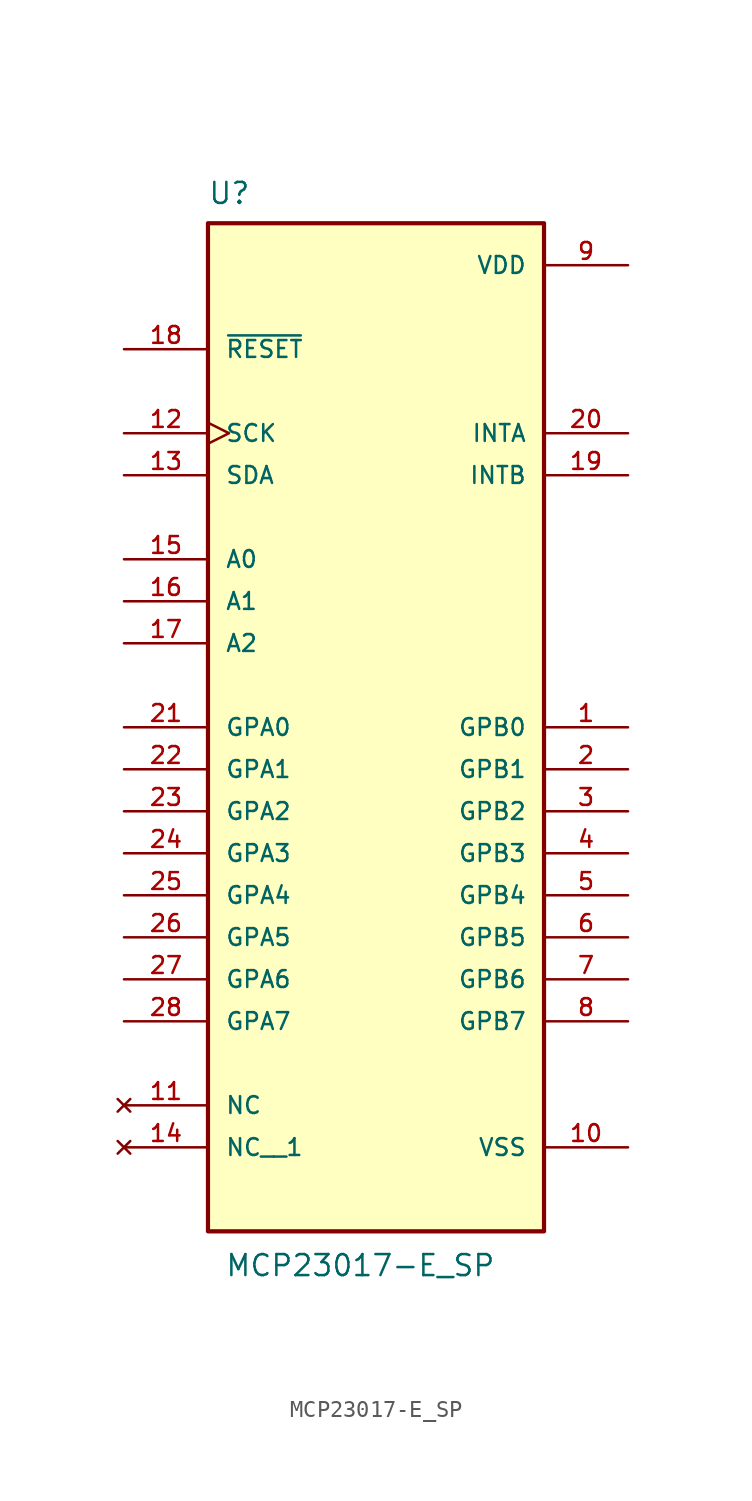
<source format=kicad_sym>
(kicad_symbol_lib
  (version 20211014)
  (generator kicad_symbol_editor)
  (symbol "MCP23017-E_SP"
    (pin_names
      (offset 1.016))
    (property "Reference" "U"
      (at -10.179 29.006 0)
      (effects (font (size 1.27 1.27)) (justify bottom left)))
    (property "Value" "MCP23017-E_SP"
      (at -9.148 -35.828 0)
      (effects (font (size 1.27 1.27)) (justify bottom left)))
    (symbol "MCP23017-E_SP_0_0"
      (rectangle (start -10.16 -33.02) (end 10.16 27.94) (stroke (width 0.254)) (fill (type background)))
      (pin power_in line (at 15.24 25.4 180.0) (length 5.08) (name "VDD" (effects (font (size 1.016 1.016)))) (number "9" (effects (font (size 1.016 1.016)))))
      (pin power_in line (at 15.24 -27.94 180.0) (length 5.08) (name "VSS" (effects (font (size 1.016 1.016)))) (number "10" (effects (font (size 1.016 1.016)))))
      (pin input clock (at -15.24 15.24 0) (length 5.08) (name "SCK" (effects (font (size 1.016 1.016)))) (number "12" (effects (font (size 1.016 1.016)))))
      (pin bidirectional line (at -15.24 12.7 0) (length 5.08) (name "SDA" (effects (font (size 1.016 1.016)))) (number "13" (effects (font (size 1.016 1.016)))))
      (pin input line (at -15.24 7.62 0) (length 5.08) (name "A0" (effects (font (size 1.016 1.016)))) (number "15" (effects (font (size 1.016 1.016)))))
      (pin input line (at -15.24 5.08 0) (length 5.08) (name "A1" (effects (font (size 1.016 1.016)))) (number "16" (effects (font (size 1.016 1.016)))))
      (pin input line (at -15.24 2.54 0) (length 5.08) (name "A2" (effects (font (size 1.016 1.016)))) (number "17" (effects (font (size 1.016 1.016)))))
      (pin input line (at -15.24 20.32 0) (length 5.08) (name "~{RESET}" (effects (font (size 1.016 1.016)))) (number "18" (effects (font (size 1.016 1.016)))))
      (pin output line (at 15.24 15.24 180.0) (length 5.08) (name "INTA" (effects (font (size 1.016 1.016)))) (number "20" (effects (font (size 1.016 1.016)))))
      (pin output line (at 15.24 12.7 180.0) (length 5.08) (name "INTB" (effects (font (size 1.016 1.016)))) (number "19" (effects (font (size 1.016 1.016)))))
      (pin bidirectional line (at -15.24 -2.54 0) (length 5.08) (name "GPA0" (effects (font (size 1.016 1.016)))) (number "21" (effects (font (size 1.016 1.016)))))
      (pin bidirectional line (at -15.24 -5.08 0) (length 5.08) (name "GPA1" (effects (font (size 1.016 1.016)))) (number "22" (effects (font (size 1.016 1.016)))))
      (pin bidirectional line (at -15.24 -7.62 0) (length 5.08) (name "GPA2" (effects (font (size 1.016 1.016)))) (number "23" (effects (font (size 1.016 1.016)))))
      (pin bidirectional line (at -15.24 -10.16 0) (length 5.08) (name "GPA3" (effects (font (size 1.016 1.016)))) (number "24" (effects (font (size 1.016 1.016)))))
      (pin bidirectional line (at -15.24 -12.7 0) (length 5.08) (name "GPA4" (effects (font (size 1.016 1.016)))) (number "25" (effects (font (size 1.016 1.016)))))
      (pin bidirectional line (at -15.24 -15.24 0) (length 5.08) (name "GPA5" (effects (font (size 1.016 1.016)))) (number "26" (effects (font (size 1.016 1.016)))))
      (pin bidirectional line (at -15.24 -17.78 0) (length 5.08) (name "GPA6" (effects (font (size 1.016 1.016)))) (number "27" (effects (font (size 1.016 1.016)))))
      (pin bidirectional line (at -15.24 -20.32 0) (length 5.08) (name "GPA7" (effects (font (size 1.016 1.016)))) (number "28" (effects (font (size 1.016 1.016)))))
      (pin bidirectional line (at 15.24 -2.54 180.0) (length 5.08) (name "GPB0" (effects (font (size 1.016 1.016)))) (number "1" (effects (font (size 1.016 1.016)))))
      (pin bidirectional line (at 15.24 -5.08 180.0) (length 5.08) (name "GPB1" (effects (font (size 1.016 1.016)))) (number "2" (effects (font (size 1.016 1.016)))))
      (pin bidirectional line (at 15.24 -7.62 180.0) (length 5.08) (name "GPB2" (effects (font (size 1.016 1.016)))) (number "3" (effects (font (size 1.016 1.016)))))
      (pin bidirectional line (at 15.24 -10.16 180.0) (length 5.08) (name "GPB3" (effects (font (size 1.016 1.016)))) (number "4" (effects (font (size 1.016 1.016)))))
      (pin bidirectional line (at 15.24 -12.7 180.0) (length 5.08) (name "GPB4" (effects (font (size 1.016 1.016)))) (number "5" (effects (font (size 1.016 1.016)))))
      (pin bidirectional line (at 15.24 -15.24 180.0) (length 5.08) (name "GPB5" (effects (font (size 1.016 1.016)))) (number "6" (effects (font (size 1.016 1.016)))))
      (pin bidirectional line (at 15.24 -17.78 180.0) (length 5.08) (name "GPB6" (effects (font (size 1.016 1.016)))) (number "7" (effects (font (size 1.016 1.016)))))
      (pin bidirectional line (at 15.24 -20.32 180.0) (length 5.08) (name "GPB7" (effects (font (size 1.016 1.016)))) (number "8" (effects (font (size 1.016 1.016)))))
      (pin no_connect line (at -15.24 -25.4 0) (length 5.08) (name "NC" (effects (font (size 1.016 1.016)))) (number "11" (effects (font (size 1.016 1.016)))))
      (pin no_connect line (at -15.24 -27.94 0) (length 5.08) (name "NC__1" (effects (font (size 1.016 1.016)))) (number "14" (effects (font (size 1.016 1.016))))))))
</source>
